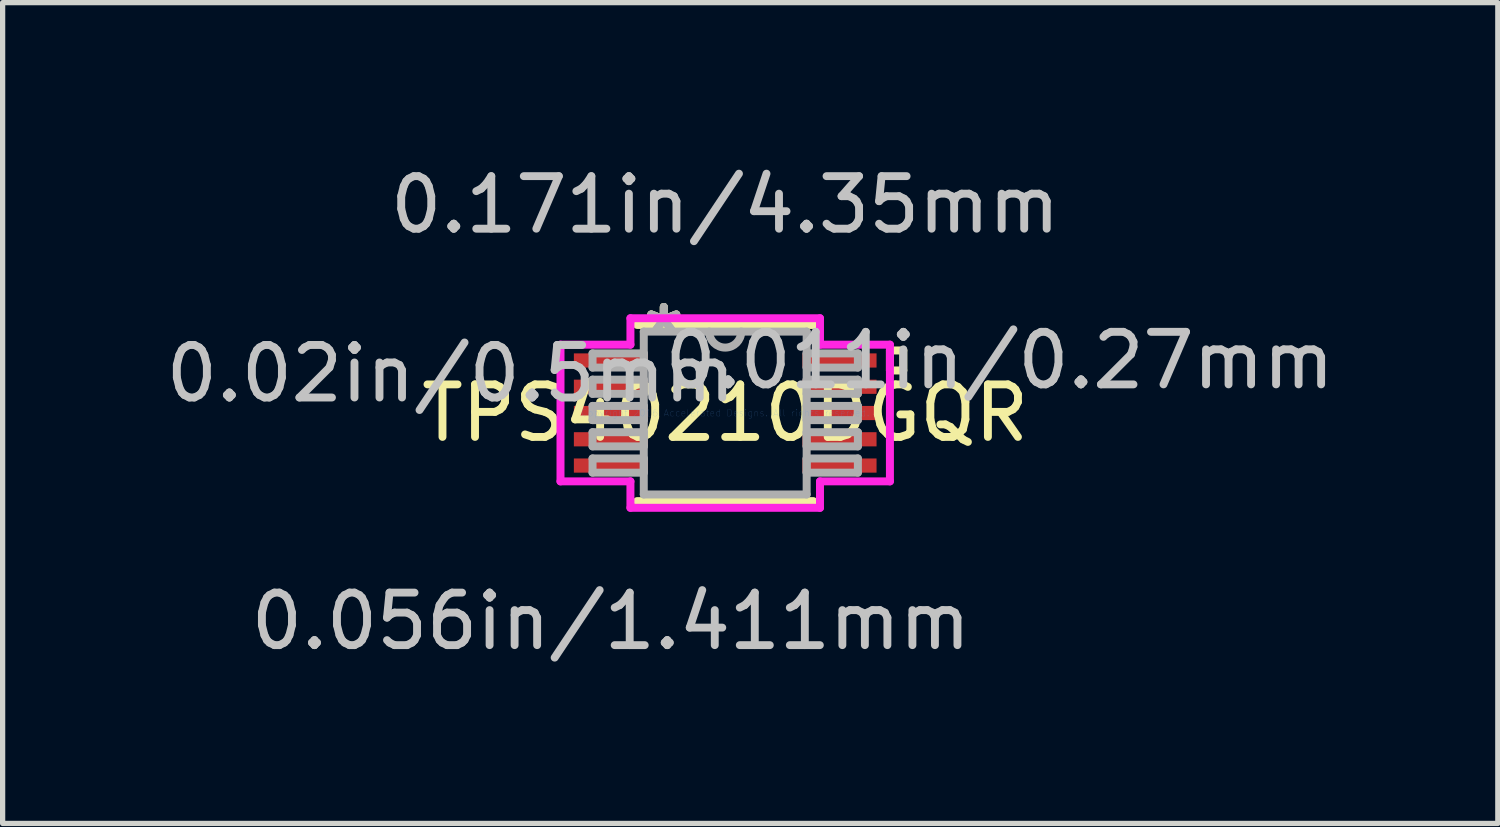
<source format=kicad_pcb>
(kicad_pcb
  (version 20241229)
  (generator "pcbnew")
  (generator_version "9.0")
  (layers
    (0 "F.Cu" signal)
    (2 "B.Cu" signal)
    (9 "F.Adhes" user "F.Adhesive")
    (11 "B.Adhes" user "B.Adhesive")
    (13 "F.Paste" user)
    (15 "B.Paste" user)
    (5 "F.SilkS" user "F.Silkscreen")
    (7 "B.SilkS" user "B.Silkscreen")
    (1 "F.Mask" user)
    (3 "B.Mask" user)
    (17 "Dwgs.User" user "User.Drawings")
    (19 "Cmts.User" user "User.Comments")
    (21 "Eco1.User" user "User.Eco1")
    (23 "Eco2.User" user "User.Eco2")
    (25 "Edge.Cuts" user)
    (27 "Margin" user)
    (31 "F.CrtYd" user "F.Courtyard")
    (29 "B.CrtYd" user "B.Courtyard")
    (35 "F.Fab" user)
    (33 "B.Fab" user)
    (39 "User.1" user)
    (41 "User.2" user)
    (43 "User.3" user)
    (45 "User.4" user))
  (footprint "TPS40210DGQR"
    (layer "F.Cu")
    (at 10.753 4.811)
    (property "Reference" "TPS40210DGQR" (at 0 0 0) (layer "F.SilkS") (effects (font (size 1 1) (thickness 0.15))))
    (attr through_hole)
    (fp_line (start -1.677 1.677) (end 1.677 1.677) (stroke (width 0.152) (type solid)) (layer "F.SilkS"))
    (fp_line (start 1.677 -1.677) (end -1.677 -1.677) (stroke (width 0.152) (type solid)) (layer "F.SilkS"))
    (fp_line (start 3.135 -1.191) (end 3.389 -1.191) (stroke (width 0.152) (type solid)) (layer "F.SilkS"))
    (fp_line (start 3.135 -0.81) (end 3.135 -1.191) (stroke (width 0.152) (type solid)) (layer "F.SilkS"))
    (fp_line (start 3.389 -1.191) (end 3.389 -0.81) (stroke (width 0.152) (type solid)) (layer "F.SilkS"))
    (fp_line (start 3.389 -0.81) (end 3.135 -0.81) (stroke (width 0.152) (type solid)) (layer "F.SilkS"))
    (fp_line (start -3.135 -1.301) (end -1.804 -1.301) (stroke (width 0.152) (type solid)) (layer "F.CrtYd"))
    (fp_line (start -3.135 1.301) (end -3.135 -1.301) (stroke (width 0.152) (type solid)) (layer "F.CrtYd"))
    (fp_line (start -1.804 -1.804) (end 1.804 -1.804) (stroke (width 0.152) (type solid)) (layer "F.CrtYd"))
    (fp_line (start -1.804 -1.301) (end -1.804 -1.804) (stroke (width 0.152) (type solid)) (layer "F.CrtYd"))
    (fp_line (start -1.804 1.301) (end -3.135 1.301) (stroke (width 0.152) (type solid)) (layer "F.CrtYd"))
    (fp_line (start -1.804 1.804) (end -1.804 1.301) (stroke (width 0.152) (type solid)) (layer "F.CrtYd"))
    (fp_line (start 1.804 -1.804) (end 1.804 -1.301) (stroke (width 0.152) (type solid)) (layer "F.CrtYd"))
    (fp_line (start 1.804 -1.301) (end 3.135 -1.301) (stroke (width 0.152) (type solid)) (layer "F.CrtYd"))
    (fp_line (start 1.804 1.301) (end 1.804 1.804) (stroke (width 0.152) (type solid)) (layer "F.CrtYd"))
    (fp_line (start 1.804 1.804) (end -1.804 1.804) (stroke (width 0.152) (type solid)) (layer "F.CrtYd"))
    (fp_line (start 3.135 -1.301) (end 3.135 1.301) (stroke (width 0.152) (type solid)) (layer "F.CrtYd"))
    (fp_line (start 3.135 1.301) (end 1.804 1.301) (stroke (width 0.152) (type solid)) (layer "F.CrtYd"))
    (fp_line (start -2.525 -1.135) (end -2.525 -0.865) (stroke (width 0.152) (type solid)) (layer "F.Fab"))
    (fp_line (start -2.525 -0.865) (end -1.55 -0.865) (stroke (width 0.152) (type solid)) (layer "F.Fab"))
    (fp_line (start -2.525 -0.635) (end -2.525 -0.365) (stroke (width 0.152) (type solid)) (layer "F.Fab"))
    (fp_line (start -2.525 -0.365) (end -1.55 -0.365) (stroke (width 0.152) (type solid)) (layer "F.Fab"))
    (fp_line (start -2.525 -0.135) (end -2.525 0.135) (stroke (width 0.152) (type solid)) (layer "F.Fab"))
    (fp_line (start -2.525 0.135) (end -1.55 0.135) (stroke (width 0.152) (type solid)) (layer "F.Fab"))
    (fp_line (start -2.525 0.365) (end -2.525 0.635) (stroke (width 0.152) (type solid)) (layer "F.Fab"))
    (fp_line (start -2.525 0.635) (end -1.55 0.635) (stroke (width 0.152) (type solid)) (layer "F.Fab"))
    (fp_line (start -2.525 0.865) (end -2.525 1.135) (stroke (width 0.152) (type solid)) (layer "F.Fab"))
    (fp_line (start -2.525 1.135) (end -1.55 1.135) (stroke (width 0.152) (type solid)) (layer "F.Fab"))
    (fp_line (start -1.55 -1.55) (end -1.55 1.55) (stroke (width 0.152) (type solid)) (layer "F.Fab"))
    (fp_line (start -1.55 -1.135) (end -2.525 -1.135) (stroke (width 0.152) (type solid)) (layer "F.Fab"))
    (fp_line (start -1.55 -0.865) (end -1.55 -1.135) (stroke (width 0.152) (type solid)) (layer "F.Fab"))
    (fp_line (start -1.55 -0.635) (end -2.525 -0.635) (stroke (width 0.152) (type solid)) (layer "F.Fab"))
    (fp_line (start -1.55 -0.365) (end -1.55 -0.635) (stroke (width 0.152) (type solid)) (layer "F.Fab"))
    (fp_line (start -1.55 -0.135) (end -2.525 -0.135) (stroke (width 0.152) (type solid)) (layer "F.Fab"))
    (fp_line (start -1.55 0.135) (end -1.55 -0.135) (stroke (width 0.152) (type solid)) (layer "F.Fab"))
    (fp_line (start -1.55 0.365) (end -2.525 0.365) (stroke (width 0.152) (type solid)) (layer "F.Fab"))
    (fp_line (start -1.55 0.635) (end -1.55 0.365) (stroke (width 0.152) (type solid)) (layer "F.Fab"))
    (fp_line (start -1.55 0.865) (end -2.525 0.865) (stroke (width 0.152) (type solid)) (layer "F.Fab"))
    (fp_line (start -1.55 1.135) (end -1.55 0.865) (stroke (width 0.152) (type solid)) (layer "F.Fab"))
    (fp_line (start -1.55 1.55) (end 1.55 1.55) (stroke (width 0.152) (type solid)) (layer "F.Fab"))
    (fp_line (start 1.55 -1.55) (end -1.55 -1.55) (stroke (width 0.152) (type solid)) (layer "F.Fab"))
    (fp_line (start 1.55 -1.135) (end 1.55 -0.865) (stroke (width 0.152) (type solid)) (layer "F.Fab"))
    (fp_line (start 1.55 -0.865) (end 2.525 -0.865) (stroke (width 0.152) (type solid)) (layer "F.Fab"))
    (fp_line (start 1.55 -0.635) (end 1.55 -0.365) (stroke (width 0.152) (type solid)) (layer "F.Fab"))
    (fp_line (start 1.55 -0.365) (end 2.525 -0.365) (stroke (width 0.152) (type solid)) (layer "F.Fab"))
    (fp_line (start 1.55 -0.135) (end 1.55 0.135) (stroke (width 0.152) (type solid)) (layer "F.Fab"))
    (fp_line (start 1.55 0.135) (end 2.525 0.135) (stroke (width 0.152) (type solid)) (layer "F.Fab"))
    (fp_line (start 1.55 0.365) (end 1.55 0.635) (stroke (width 0.152) (type solid)) (layer "F.Fab"))
    (fp_line (start 1.55 0.635) (end 2.525 0.635) (stroke (width 0.152) (type solid)) (layer "F.Fab"))
    (fp_line (start 1.55 0.865) (end 1.55 1.135) (stroke (width 0.152) (type solid)) (layer "F.Fab"))
    (fp_line (start 1.55 1.135) (end 2.525 1.135) (stroke (width 0.152) (type solid)) (layer "F.Fab"))
    (fp_line (start 1.55 1.55) (end 1.55 -1.55) (stroke (width 0.152) (type solid)) (layer "F.Fab"))
    (fp_line (start 2.525 -1.135) (end 1.55 -1.135) (stroke (width 0.152) (type solid)) (layer "F.Fab"))
    (fp_line (start 2.525 -0.865) (end 2.525 -1.135) (stroke (width 0.152) (type solid)) (layer "F.Fab"))
    (fp_line (start 2.525 -0.635) (end 1.55 -0.635) (stroke (width 0.152) (type solid)) (layer "F.Fab"))
    (fp_line (start 2.525 -0.365) (end 2.525 -0.635) (stroke (width 0.152) (type solid)) (layer "F.Fab"))
    (fp_line (start 2.525 -0.135) (end 1.55 -0.135) (stroke (width 0.152) (type solid)) (layer "F.Fab"))
    (fp_line (start 2.525 0.135) (end 2.525 -0.135) (stroke (width 0.152) (type solid)) (layer "F.Fab"))
    (fp_line (start 2.525 0.365) (end 1.55 0.365) (stroke (width 0.152) (type solid)) (layer "F.Fab"))
    (fp_line (start 2.525 0.635) (end 2.525 0.365) (stroke (width 0.152) (type solid)) (layer "F.Fab"))
    (fp_line (start 2.525 0.865) (end 1.55 0.865) (stroke (width 0.152) (type solid)) (layer "F.Fab"))
    (fp_line (start 2.525 1.135) (end 2.525 0.865) (stroke (width 0.152) (type solid)) (layer "F.Fab"))
    (fp_arc (start 0.3048 -1.549999) (mid 0 -1.245199) (end -0.3048 -1.549999) (stroke (width 0.1524) (type solid)) (layer "F.Fab"))
    (fp_text user "*" (at -1.169 -1.474 0) (layer "F.SilkS") (effects (font (size 1 1) (thickness 0.15))))
    (fp_text user "*" (at -1.169 -1.474 0) (layer "F.SilkS") (effects (font (size 1 1) (thickness 0.15))))
    (fp_text user "0.056in/1.411mm" (at -2.175 3.963 0) (layer "Dwgs.User") (effects (font (size 1 1) (thickness 0.15))))
    (fp_text user "0.011in/0.27mm" (at 5.223 -1 0) (layer "Dwgs.User") (effects (font (size 1 1) (thickness 0.15))))
    (fp_text user "0.171in/4.35mm" (at 0 -3.963 0) (layer "Dwgs.User") (effects (font (size 1 1) (thickness 0.15))))
    (fp_text user "0.02in/0.5mm" (at -5.223 -0.75 0) (layer "Dwgs.User") (effects (font (size 1 1) (thickness 0.15))))
    (fp_text user "Copyright 2016 Accelerated Designs. All rights reserved." (at 0 0 0) (layer "Cmts.User") (effects (font (size 0.127 0.127) (thickness 0.002))))
    (fp_text user "*" (at -1.169 -1.474 0) (layer "F.Fab") (effects (font (size 1 1) (thickness 0.15))))
    (fp_text user "*" (at -1.169 -1.474 0) (layer "F.Fab") (effects (font (size 1 1) (thickness 0.15))))
    (pad "1" smd rect (at -2.175 -1) (size 1.411 0.27) (layers "F.Cu" "F.Mask" "F.Paste"))
    (pad "2" smd rect (at -2.175 -0.5) (size 1.411 0.27) (layers "F.Cu" "F.Mask" "F.Paste"))
    (pad "3" smd rect (at -2.175 0) (size 1.411 0.27) (layers "F.Cu" "F.Mask" "F.Paste"))
    (pad "4" smd rect (at -2.175 0.5) (size 1.411 0.27) (layers "F.Cu" "F.Mask" "F.Paste"))
    (pad "5" smd rect (at -2.175 1) (size 1.411 0.27) (layers "F.Cu" "F.Mask" "F.Paste"))
    (pad "6" smd rect (at 2.175 1) (size 1.411 0.27) (layers "F.Cu" "F.Mask" "F.Paste"))
    (pad "7" smd rect (at 2.175 0.5) (size 1.411 0.27) (layers "F.Cu" "F.Mask" "F.Paste"))
    (pad "8" smd rect (at 2.175 0) (size 1.411 0.27) (layers "F.Cu" "F.Mask" "F.Paste"))
    (pad "9" smd rect (at 2.175 -0.5) (size 1.411 0.27) (layers "F.Cu" "F.Mask" "F.Paste"))
    (pad "10" smd rect (at 2.175 -1) (size 1.411 0.27) (layers "F.Cu" "F.Mask" "F.Paste")))
  (gr_rect
    (start -3 -3)
    (end 25.458 12.623)
    (stroke (width 0.1) (type default))
    (fill no)
    (layer "Edge.Cuts")))
</source>
